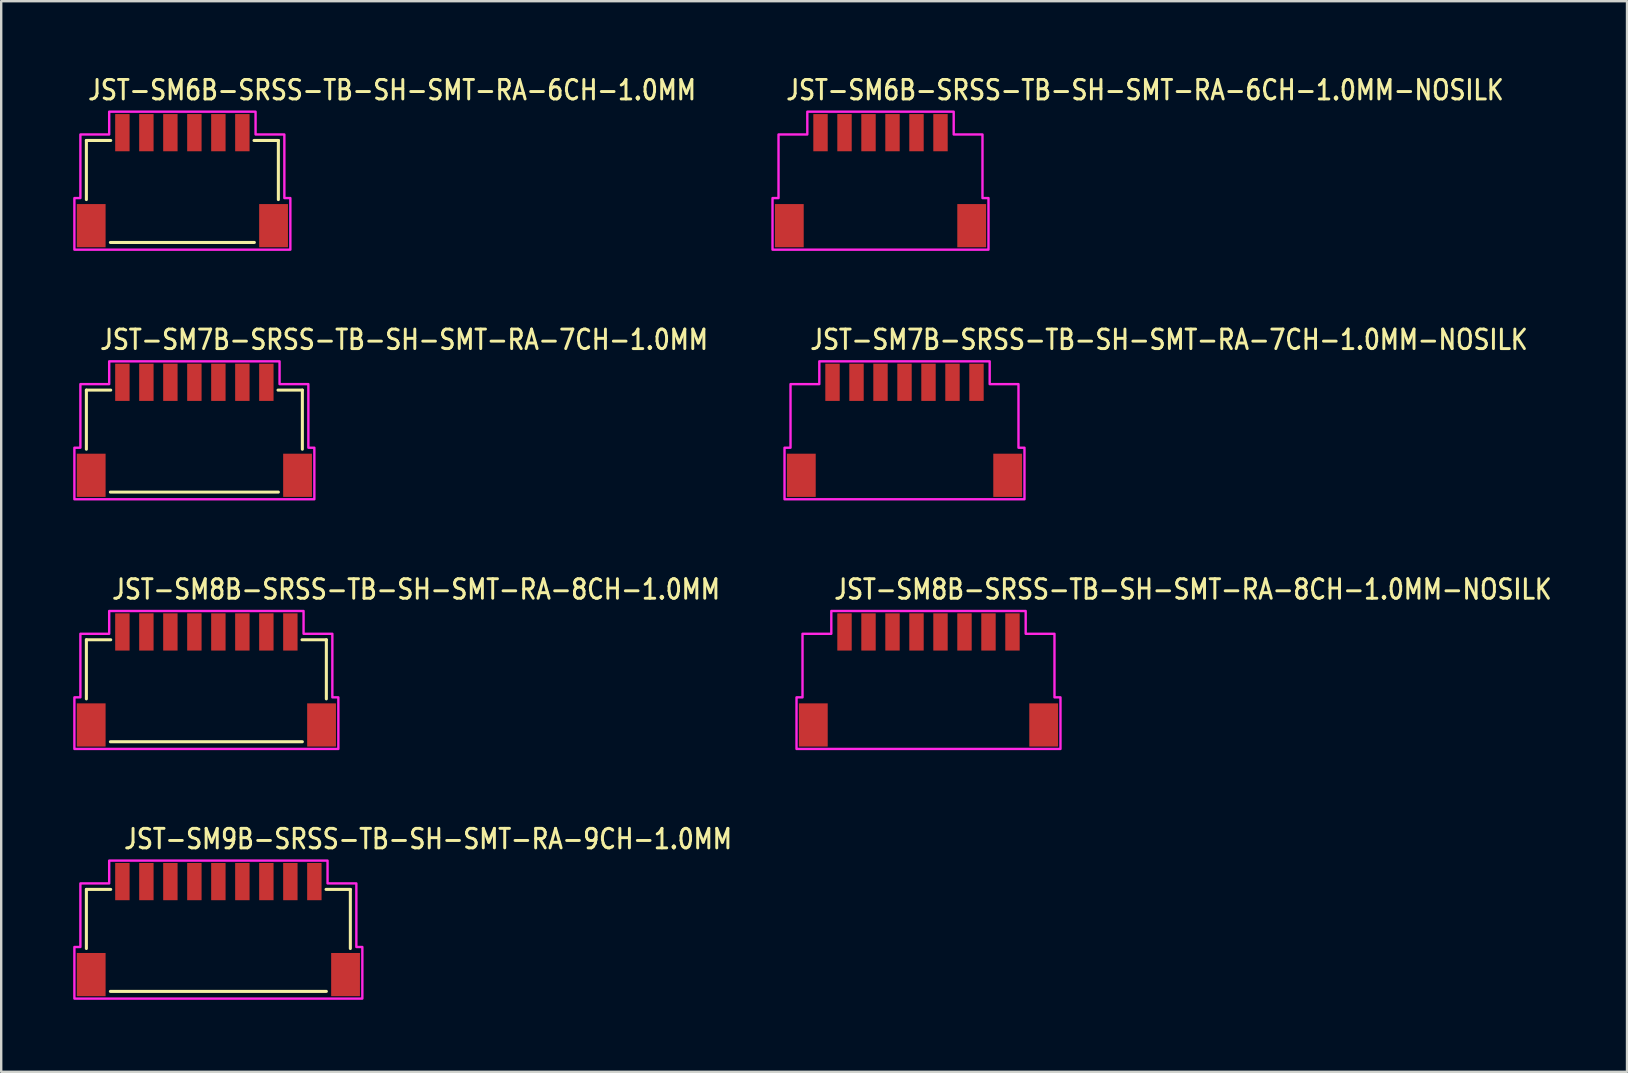
<source format=kicad_pcb>
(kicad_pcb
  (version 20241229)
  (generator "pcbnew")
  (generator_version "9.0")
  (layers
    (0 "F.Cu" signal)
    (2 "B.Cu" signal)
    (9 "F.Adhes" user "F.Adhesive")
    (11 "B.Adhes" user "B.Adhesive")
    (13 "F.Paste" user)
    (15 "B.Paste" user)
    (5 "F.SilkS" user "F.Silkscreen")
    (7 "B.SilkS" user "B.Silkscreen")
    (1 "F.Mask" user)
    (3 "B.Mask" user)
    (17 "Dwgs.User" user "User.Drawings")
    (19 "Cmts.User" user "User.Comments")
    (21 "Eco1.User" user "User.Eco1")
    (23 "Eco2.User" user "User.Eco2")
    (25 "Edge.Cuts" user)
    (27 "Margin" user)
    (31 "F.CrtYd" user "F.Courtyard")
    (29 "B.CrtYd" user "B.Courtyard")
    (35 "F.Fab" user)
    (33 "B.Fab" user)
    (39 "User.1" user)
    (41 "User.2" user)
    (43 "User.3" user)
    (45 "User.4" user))
  (footprint "JST-SM6B-SRSS-TB-SH-SMT-RA-6CH-1.0MM-NOSILK"
    (layer "F.Cu")
    (at 33.643 4.479)
    (property "Reference" "JST-SM6B-SRSS-TB-SH-SMT-RA-6CH-1.0MM-NOSILK" (at -4 -3.3 0) (unlocked yes) (layer "F.SilkS") (effects (font (size 0.813 0.695) (thickness 0.122)) (justify left bottom)))
    (fp_poly (pts (xy -4.5 2.875) (xy -4.5 0.725) (xy -4.25 0.725) (xy -4.25 -1.925) (xy -3.05 -1.925) (xy -3.05 -2.875) (xy 3.05 -2.875) (xy 3.05 -1.925) (xy 4.25 -1.925) (xy 4.25 0.725) (xy 4.5 0.725) (xy 4.5 2.875)) (stroke (width 0.1) (type solid)) (fill no) (layer "F.CrtYd"))
    (pad "1" smd rect (at -2.5 -2) (size 0.6 1.55) (layers "F.Cu" "F.Mask" "F.Paste"))
    (pad "2" smd rect (at -1.5 -2) (size 0.6 1.55) (layers "F.Cu" "F.Mask" "F.Paste"))
    (pad "3" smd rect (at -0.5 -2) (size 0.6 1.55) (layers "F.Cu" "F.Mask" "F.Paste"))
    (pad "4" smd rect (at 0.5 -2) (size 0.6 1.55) (layers "F.Cu" "F.Mask" "F.Paste"))
    (pad "5" smd rect (at 1.5 -2) (size 0.6 1.55) (layers "F.Cu" "F.Mask" "F.Paste"))
    (pad "6" smd rect (at 2.5 -2) (size 0.6 1.55) (layers "F.Cu" "F.Mask" "F.Paste"))
    (pad "S_6" smd rect (at -3.8 1.875) (size 1.2 1.8) (layers "F.Cu" "F.Mask" "F.Paste"))
    (pad "S_7" smd rect (at 3.8 1.875) (size 1.2 1.8) (layers "F.Cu" "F.Mask" "F.Paste")))
  (footprint "JST-SM7B-SRSS-TB-SH-SMT-RA-7CH-1.0MM-NOSILK"
    (layer "F.Cu")
    (at 34.643 14.882)
    (property "Reference" "JST-SM7B-SRSS-TB-SH-SMT-RA-7CH-1.0MM-NOSILK" (at -4 -3.3 0) (unlocked yes) (layer "F.SilkS") (effects (font (size 0.813 0.695) (thickness 0.122)) (justify left bottom)))
    (fp_poly (pts (xy -5 2.875) (xy -5 0.725) (xy -4.75 0.725) (xy -4.75 -1.925) (xy -3.55 -1.925) (xy -3.55 -2.875) (xy 3.55 -2.875) (xy 3.55 -1.925) (xy 4.75 -1.925) (xy 4.75 0.725) (xy 5 0.725) (xy 5 2.875)) (stroke (width 0.1) (type solid)) (fill no) (layer "F.CrtYd"))
    (pad "1" smd rect (at -3 -2) (size 0.6 1.55) (layers "F.Cu" "F.Mask" "F.Paste"))
    (pad "2" smd rect (at -2 -2) (size 0.6 1.55) (layers "F.Cu" "F.Mask" "F.Paste"))
    (pad "3" smd rect (at -1 -2) (size 0.6 1.55) (layers "F.Cu" "F.Mask" "F.Paste"))
    (pad "4" smd rect (at 0 -2) (size 0.6 1.55) (layers "F.Cu" "F.Mask" "F.Paste"))
    (pad "5" smd rect (at 1 -2) (size 0.6 1.55) (layers "F.Cu" "F.Mask" "F.Paste"))
    (pad "6" smd rect (at 2 -2) (size 0.6 1.55) (layers "F.Cu" "F.Mask" "F.Paste"))
    (pad "7" smd rect (at 3 -2) (size 0.6 1.55) (layers "F.Cu" "F.Mask" "F.Paste"))
    (pad "S_7" smd rect (at -4.3 1.875) (size 1.2 1.8) (layers "F.Cu" "F.Mask" "F.Paste"))
    (pad "S_8" smd rect (at 4.3 1.875) (size 1.2 1.8) (layers "F.Cu" "F.Mask" "F.Paste")))
  (footprint "JST-SM6B-SRSS-TB-SH-SMT-RA-6CH-1.0MM"
    (layer "F.Cu")
    (at 4.55 4.479)
    (property "Reference" "JST-SM6B-SRSS-TB-SH-SMT-RA-6CH-1.0MM" (at -4 -3.3 0) (unlocked yes) (layer "F.SilkS") (effects (font (size 0.813 0.695) (thickness 0.122)) (justify left bottom)))
    (fp_line (start -4 -1.675) (end -2.986 -1.675) (stroke (width 0.127) (type solid)) (layer "F.SilkS"))
    (fp_line (start -4 0.788) (end -4 -1.675) (stroke (width 0.127) (type solid)) (layer "F.SilkS"))
    (fp_line (start -3 2.575) (end 3 2.575) (stroke (width 0.127) (type solid)) (layer "F.SilkS"))
    (fp_line (start 2.986 -1.675) (end 4 -1.675) (stroke (width 0.127) (type solid)) (layer "F.SilkS"))
    (fp_line (start 4 -1.675) (end 4 0.788) (stroke (width 0.127) (type solid)) (layer "F.SilkS"))
    (fp_poly (pts (xy -4.5 2.875) (xy -4.5 0.725) (xy -4.25 0.725) (xy -4.25 -1.925) (xy -3.05 -1.925) (xy -3.05 -2.875) (xy 3.05 -2.875) (xy 3.05 -1.925) (xy 4.25 -1.925) (xy 4.25 0.725) (xy 4.5 0.725) (xy 4.5 2.875)) (stroke (width 0.1) (type solid)) (fill no) (layer "F.CrtYd"))
    (pad "1" smd rect (at -2.5 -2) (size 0.6 1.55) (layers "F.Cu" "F.Mask" "F.Paste"))
    (pad "2" smd rect (at -1.5 -2) (size 0.6 1.55) (layers "F.Cu" "F.Mask" "F.Paste"))
    (pad "3" smd rect (at -0.5 -2) (size 0.6 1.55) (layers "F.Cu" "F.Mask" "F.Paste"))
    (pad "4" smd rect (at 0.5 -2) (size 0.6 1.55) (layers "F.Cu" "F.Mask" "F.Paste"))
    (pad "5" smd rect (at 1.5 -2) (size 0.6 1.55) (layers "F.Cu" "F.Mask" "F.Paste"))
    (pad "6" smd rect (at 2.5 -2) (size 0.6 1.55) (layers "F.Cu" "F.Mask" "F.Paste"))
    (pad "S_5" smd rect (at -3.8 1.875) (size 1.2 1.8) (layers "F.Cu" "F.Mask" "F.Paste"))
    (pad "S_6" smd rect (at 3.8 1.875) (size 1.2 1.8) (layers "F.Cu" "F.Mask" "F.Paste")))
  (footprint "JST-SM8B-SRSS-TB-SH-SMT-RA-8CH-1.0MM"
    (layer "F.Cu")
    (at 5.55 25.286)
    (property "Reference" "JST-SM8B-SRSS-TB-SH-SMT-RA-8CH-1.0MM" (at -4 -3.3 0) (unlocked yes) (layer "F.SilkS") (effects (font (size 0.813 0.695) (thickness 0.122)) (justify left bottom)))
    (fp_line (start -5 -1.675) (end -3.986 -1.675) (stroke (width 0.127) (type solid)) (layer "F.SilkS"))
    (fp_line (start -5 0.788) (end -5 -1.675) (stroke (width 0.127) (type solid)) (layer "F.SilkS"))
    (fp_line (start -4 2.575) (end 4 2.575) (stroke (width 0.127) (type solid)) (layer "F.SilkS"))
    (fp_line (start 3.986 -1.675) (end 5 -1.675) (stroke (width 0.127) (type solid)) (layer "F.SilkS"))
    (fp_line (start 5 -1.675) (end 5 0.788) (stroke (width 0.127) (type solid)) (layer "F.SilkS"))
    (fp_poly (pts (xy -5.5 2.875) (xy -5.5 0.725) (xy -5.25 0.725) (xy -5.25 -1.925) (xy -4.05 -1.925) (xy -4.05 -2.875) (xy 4.05 -2.875) (xy 4.05 -1.925) (xy 5.25 -1.925) (xy 5.25 0.725) (xy 5.5 0.725) (xy 5.5 2.875)) (stroke (width 0.1) (type solid)) (fill no) (layer "F.CrtYd"))
    (pad "1" smd rect (at -3.5 -2) (size 0.6 1.55) (layers "F.Cu" "F.Mask" "F.Paste"))
    (pad "2" smd rect (at -2.5 -2) (size 0.6 1.55) (layers "F.Cu" "F.Mask" "F.Paste"))
    (pad "3" smd rect (at -1.5 -2) (size 0.6 1.55) (layers "F.Cu" "F.Mask" "F.Paste"))
    (pad "4" smd rect (at -0.5 -2) (size 0.6 1.55) (layers "F.Cu" "F.Mask" "F.Paste"))
    (pad "5" smd rect (at 0.5 -2) (size 0.6 1.55) (layers "F.Cu" "F.Mask" "F.Paste"))
    (pad "6" smd rect (at 1.5 -2) (size 0.6 1.55) (layers "F.Cu" "F.Mask" "F.Paste"))
    (pad "7" smd rect (at 2.5 -2) (size 0.6 1.55) (layers "F.Cu" "F.Mask" "F.Paste"))
    (pad "8" smd rect (at 3.5 -2) (size 0.6 1.55) (layers "F.Cu" "F.Mask" "F.Paste"))
    (pad "S_7" smd rect (at -4.8 1.875) (size 1.2 1.8) (layers "F.Cu" "F.Mask" "F.Paste"))
    (pad "S_8" smd rect (at 4.8 1.875) (size 1.2 1.8) (layers "F.Cu" "F.Mask" "F.Paste")))
  (footprint "JST-SM7B-SRSS-TB-SH-SMT-RA-7CH-1.0MM"
    (layer "F.Cu")
    (at 5.05 14.882)
    (property "Reference" "JST-SM7B-SRSS-TB-SH-SMT-RA-7CH-1.0MM" (at -4 -3.3 0) (unlocked yes) (layer "F.SilkS") (effects (font (size 0.813 0.695) (thickness 0.122)) (justify left bottom)))
    (fp_line (start -4.5 -1.675) (end -3.486 -1.675) (stroke (width 0.127) (type solid)) (layer "F.SilkS"))
    (fp_line (start -4.5 0.788) (end -4.5 -1.675) (stroke (width 0.127) (type solid)) (layer "F.SilkS"))
    (fp_line (start -3.5 2.575) (end 3.5 2.575) (stroke (width 0.127) (type solid)) (layer "F.SilkS"))
    (fp_line (start 3.486 -1.675) (end 4.5 -1.675) (stroke (width 0.127) (type solid)) (layer "F.SilkS"))
    (fp_line (start 4.5 -1.675) (end 4.5 0.788) (stroke (width 0.127) (type solid)) (layer "F.SilkS"))
    (fp_poly (pts (xy -5 2.875) (xy -5 0.725) (xy -4.75 0.725) (xy -4.75 -1.925) (xy -3.55 -1.925) (xy -3.55 -2.875) (xy 3.55 -2.875) (xy 3.55 -1.925) (xy 4.75 -1.925) (xy 4.75 0.725) (xy 5 0.725) (xy 5 2.875)) (stroke (width 0.1) (type solid)) (fill no) (layer "F.CrtYd"))
    (pad "1" smd rect (at -3 -2) (size 0.6 1.55) (layers "F.Cu" "F.Mask" "F.Paste"))
    (pad "2" smd rect (at -2 -2) (size 0.6 1.55) (layers "F.Cu" "F.Mask" "F.Paste"))
    (pad "3" smd rect (at -1 -2) (size 0.6 1.55) (layers "F.Cu" "F.Mask" "F.Paste"))
    (pad "4" smd rect (at 0 -2) (size 0.6 1.55) (layers "F.Cu" "F.Mask" "F.Paste"))
    (pad "5" smd rect (at 1 -2) (size 0.6 1.55) (layers "F.Cu" "F.Mask" "F.Paste"))
    (pad "6" smd rect (at 2 -2) (size 0.6 1.55) (layers "F.Cu" "F.Mask" "F.Paste"))
    (pad "7" smd rect (at 3 -2) (size 0.6 1.55) (layers "F.Cu" "F.Mask" "F.Paste"))
    (pad "S_6" smd rect (at -4.3 1.875) (size 1.2 1.8) (layers "F.Cu" "F.Mask" "F.Paste"))
    (pad "S_7" smd rect (at 4.3 1.875) (size 1.2 1.8) (layers "F.Cu" "F.Mask" "F.Paste")))
  (footprint "JST-SM9B-SRSS-TB-SH-SMT-RA-9CH-1.0MM"
    (layer "F.Cu")
    (at 6.05 35.689)
    (property "Reference" "JST-SM9B-SRSS-TB-SH-SMT-RA-9CH-1.0MM" (at -4 -3.3 0) (unlocked yes) (layer "F.SilkS") (effects (font (size 0.813 0.695) (thickness 0.122)) (justify left bottom)))
    (fp_line (start -5.5 -1.675) (end -4.487 -1.675) (stroke (width 0.127) (type solid)) (layer "F.SilkS"))
    (fp_line (start -5.5 0.788) (end -5.5 -1.675) (stroke (width 0.127) (type solid)) (layer "F.SilkS"))
    (fp_line (start -4.5 2.575) (end 4.5 2.575) (stroke (width 0.127) (type solid)) (layer "F.SilkS"))
    (fp_line (start 4.487 -1.675) (end 5.5 -1.675) (stroke (width 0.127) (type solid)) (layer "F.SilkS"))
    (fp_line (start 5.5 -1.675) (end 5.5 0.788) (stroke (width 0.127) (type solid)) (layer "F.SilkS"))
    (fp_poly (pts (xy -6 2.875) (xy -6 0.725) (xy -5.75 0.725) (xy -5.75 -1.925) (xy -4.55 -1.925) (xy -4.55 -2.875) (xy 4.55 -2.875) (xy 4.55 -1.925) (xy 5.75 -1.925) (xy 5.75 0.725) (xy 6 0.725) (xy 6 2.875)) (stroke (width 0.1) (type solid)) (fill no) (layer "F.CrtYd"))
    (pad "1" smd rect (at -4 -2) (size 0.6 1.55) (layers "F.Cu" "F.Mask" "F.Paste"))
    (pad "2" smd rect (at -3 -2) (size 0.6 1.55) (layers "F.Cu" "F.Mask" "F.Paste"))
    (pad "3" smd rect (at -2 -2) (size 0.6 1.55) (layers "F.Cu" "F.Mask" "F.Paste"))
    (pad "4" smd rect (at -1 -2) (size 0.6 1.55) (layers "F.Cu" "F.Mask" "F.Paste"))
    (pad "5" smd rect (at 0 -2) (size 0.6 1.55) (layers "F.Cu" "F.Mask" "F.Paste"))
    (pad "6" smd rect (at 1 -2) (size 0.6 1.55) (layers "F.Cu" "F.Mask" "F.Paste"))
    (pad "7" smd rect (at 2 -2) (size 0.6 1.55) (layers "F.Cu" "F.Mask" "F.Paste"))
    (pad "8" smd rect (at 3 -2) (size 0.6 1.55) (layers "F.Cu" "F.Mask" "F.Paste"))
    (pad "9" smd rect (at 4 -2) (size 0.6 1.55) (layers "F.Cu" "F.Mask" "F.Paste"))
    (pad "S_8" smd rect (at -5.3 1.875) (size 1.2 1.8) (layers "F.Cu" "F.Mask" "F.Paste"))
    (pad "S_9" smd rect (at 5.3 1.875) (size 1.2 1.8) (layers "F.Cu" "F.Mask" "F.Paste")))
  (footprint "JST-SM8B-SRSS-TB-SH-SMT-RA-8CH-1.0MM-NOSILK"
    (layer "F.Cu")
    (at 35.643 25.286)
    (property "Reference" "JST-SM8B-SRSS-TB-SH-SMT-RA-8CH-1.0MM-NOSILK" (at -4 -3.3 0) (unlocked yes) (layer "F.SilkS") (effects (font (size 0.813 0.695) (thickness 0.122)) (justify left bottom)))
    (fp_poly (pts (xy -5.5 2.875) (xy -5.5 0.725) (xy -5.25 0.725) (xy -5.25 -1.925) (xy -4.05 -1.925) (xy -4.05 -2.875) (xy 4.05 -2.875) (xy 4.05 -1.925) (xy 5.25 -1.925) (xy 5.25 0.725) (xy 5.5 0.725) (xy 5.5 2.875)) (stroke (width 0.1) (type solid)) (fill no) (layer "F.CrtYd"))
    (pad "1" smd rect (at -3.5 -2) (size 0.6 1.55) (layers "F.Cu" "F.Mask" "F.Paste"))
    (pad "2" smd rect (at -2.5 -2) (size 0.6 1.55) (layers "F.Cu" "F.Mask" "F.Paste"))
    (pad "3" smd rect (at -1.5 -2) (size 0.6 1.55) (layers "F.Cu" "F.Mask" "F.Paste"))
    (pad "4" smd rect (at -0.5 -2) (size 0.6 1.55) (layers "F.Cu" "F.Mask" "F.Paste"))
    (pad "5" smd rect (at 0.5 -2) (size 0.6 1.55) (layers "F.Cu" "F.Mask" "F.Paste"))
    (pad "6" smd rect (at 1.5 -2) (size 0.6 1.55) (layers "F.Cu" "F.Mask" "F.Paste"))
    (pad "7" smd rect (at 2.5 -2) (size 0.6 1.55) (layers "F.Cu" "F.Mask" "F.Paste"))
    (pad "8" smd rect (at 3.5 -2) (size 0.6 1.55) (layers "F.Cu" "F.Mask" "F.Paste"))
    (pad "S_8" smd rect (at -4.8 1.875) (size 1.2 1.8) (layers "F.Cu" "F.Mask" "F.Paste"))
    (pad "S_9" smd rect (at 4.8 1.875) (size 1.2 1.8) (layers "F.Cu" "F.Mask" "F.Paste")))
  (gr_rect
    (start -3 -3)
    (end 64.752 41.614)
    (stroke (width 0.1) (type default))
    (fill no)
    (layer "Edge.Cuts")))
</source>
